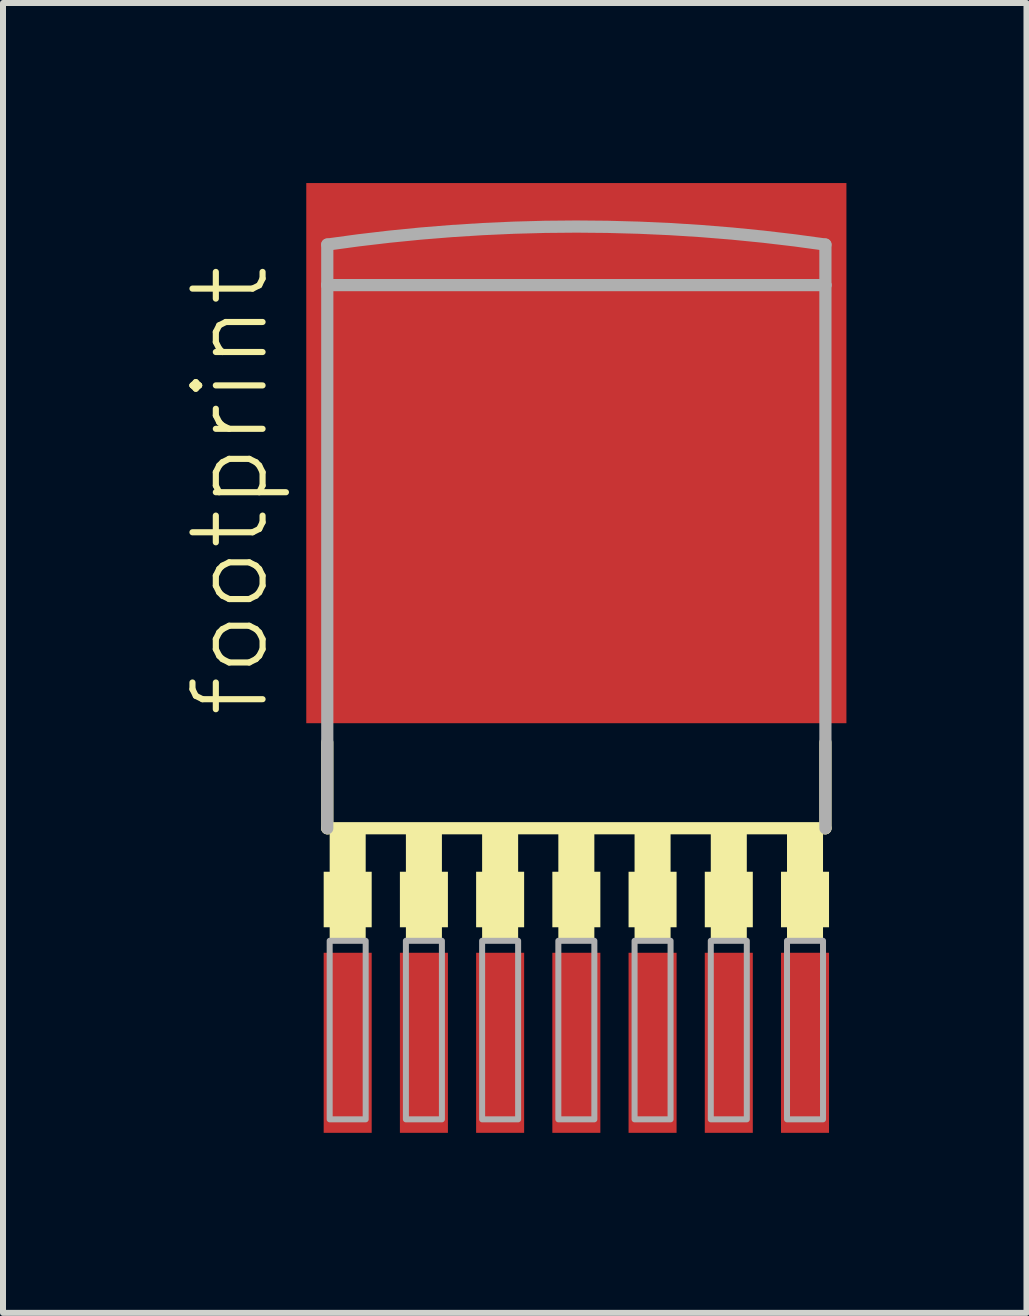
<source format=kicad_pcb>
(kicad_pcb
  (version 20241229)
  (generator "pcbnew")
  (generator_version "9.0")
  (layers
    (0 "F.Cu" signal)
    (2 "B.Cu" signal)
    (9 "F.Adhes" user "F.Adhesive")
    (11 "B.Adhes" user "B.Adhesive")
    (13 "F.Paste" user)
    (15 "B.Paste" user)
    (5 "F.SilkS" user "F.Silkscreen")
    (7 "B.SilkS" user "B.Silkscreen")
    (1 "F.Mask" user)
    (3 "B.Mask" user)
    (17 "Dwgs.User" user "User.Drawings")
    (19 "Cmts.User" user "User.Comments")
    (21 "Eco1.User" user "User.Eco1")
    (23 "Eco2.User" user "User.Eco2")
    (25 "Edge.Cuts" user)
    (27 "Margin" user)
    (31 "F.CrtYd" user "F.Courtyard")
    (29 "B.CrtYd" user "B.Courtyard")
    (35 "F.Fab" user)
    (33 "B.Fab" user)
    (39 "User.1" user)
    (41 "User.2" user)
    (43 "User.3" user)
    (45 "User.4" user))
  (footprint "footprint"
    (layer "F.Cu")
    (at 6.553 10.85)
    (property "Reference" "footprint" (at -5.08 -1.905 90) (layer "F.SilkS") (effects (font (size 1.168 1.168) (thickness 0.102)) (justify left bottom)))
    (fp_line (start -4.15 -1.53) (end -4.15 -0.1) (stroke (width 0.203) (type solid)) (layer "F.SilkS"))
    (fp_line (start -4.15 -0.1) (end 4.15 -0.1) (stroke (width 0.203) (type solid)) (layer "F.SilkS"))
    (fp_line (start 4.15 -0.1) (end 4.15 -1.53) (stroke (width 0.203) (type solid)) (layer "F.SilkS"))
    (fp_poly (pts (xy -4.21 1.55) (xy -3.41 1.55) (xy -3.41 0.625) (xy -4.21 0.625)) (stroke (width 0) (type solid)) (fill yes) (layer "F.SilkS"))
    (fp_poly (pts (xy -4.11 1.775) (xy -3.51 1.775) (xy -3.51 -0.05) (xy -4.11 -0.05)) (stroke (width 0) (type solid)) (fill yes) (layer "F.SilkS"))
    (fp_poly (pts (xy -2.94 1.55) (xy -2.14 1.55) (xy -2.14 0.625) (xy -2.94 0.625)) (stroke (width 0) (type solid)) (fill yes) (layer "F.SilkS"))
    (fp_poly (pts (xy -2.84 1.775) (xy -2.24 1.775) (xy -2.24 -0.05) (xy -2.84 -0.05)) (stroke (width 0) (type solid)) (fill yes) (layer "F.SilkS"))
    (fp_poly (pts (xy -1.67 1.55) (xy -0.87 1.55) (xy -0.87 0.625) (xy -1.67 0.625)) (stroke (width 0) (type solid)) (fill yes) (layer "F.SilkS"))
    (fp_poly (pts (xy -1.57 1.775) (xy -0.97 1.775) (xy -0.97 -0.05) (xy -1.57 -0.05)) (stroke (width 0) (type solid)) (fill yes) (layer "F.SilkS"))
    (fp_poly (pts (xy -0.4 1.55) (xy 0.4 1.55) (xy 0.4 0.625) (xy -0.4 0.625)) (stroke (width 0) (type solid)) (fill yes) (layer "F.SilkS"))
    (fp_poly (pts (xy -0.3 1.775) (xy 0.3 1.775) (xy 0.3 -0.05) (xy -0.3 -0.05)) (stroke (width 0) (type solid)) (fill yes) (layer "F.SilkS"))
    (fp_poly (pts (xy 0.87 1.55) (xy 1.67 1.55) (xy 1.67 0.625) (xy 0.87 0.625)) (stroke (width 0) (type solid)) (fill yes) (layer "F.SilkS"))
    (fp_poly (pts (xy 0.97 1.775) (xy 1.57 1.775) (xy 1.57 -0.05) (xy 0.97 -0.05)) (stroke (width 0) (type solid)) (fill yes) (layer "F.SilkS"))
    (fp_poly (pts (xy 2.14 1.55) (xy 2.94 1.55) (xy 2.94 0.625) (xy 2.14 0.625)) (stroke (width 0) (type solid)) (fill yes) (layer "F.SilkS"))
    (fp_poly (pts (xy 2.24 1.775) (xy 2.84 1.775) (xy 2.84 -0.05) (xy 2.24 -0.05)) (stroke (width 0) (type solid)) (fill yes) (layer "F.SilkS"))
    (fp_poly (pts (xy 3.41 1.55) (xy 4.21 1.55) (xy 4.21 0.625) (xy 3.41 0.625)) (stroke (width 0) (type solid)) (fill yes) (layer "F.SilkS"))
    (fp_poly (pts (xy 3.51 1.775) (xy 4.11 1.775) (xy 4.11 -0.05) (xy 3.51 -0.05)) (stroke (width 0) (type solid)) (fill yes) (layer "F.SilkS"))
    (fp_line (start -4.15 -9.15) (end -4.15 -9.825) (stroke (width 0.203) (type solid)) (layer "F.Fab"))
    (fp_line (start -4.15 -9.15) (end -4.15 -0.1) (stroke (width 0.203) (type solid)) (layer "F.Fab"))
    (fp_line (start 4.15 -9.825) (end 4.15 -9.15) (stroke (width 0.203) (type solid)) (layer "F.Fab"))
    (fp_line (start 4.15 -9.15) (end -4.15 -9.15) (stroke (width 0.203) (type solid)) (layer "F.Fab"))
    (fp_line (start 4.15 -0.1) (end 4.15 -9.15) (stroke (width 0.203) (type solid)) (layer "F.Fab"))
    (fp_arc (start -4.15 -9.825) (mid 0 -10.125) (end 4.15 -9.825) (stroke (width 0.2032) (type solid)) (layer "F.Fab"))
    (fp_poly (pts (xy -4.11 4.75) (xy -3.51 4.75) (xy -3.51 1.775) (xy -4.11 1.775)) (stroke (width 0.1) (type solid)) (fill no) (layer "F.Fab"))
    (fp_poly (pts (xy -2.84 4.75) (xy -2.24 4.75) (xy -2.24 1.775) (xy -2.84 1.775)) (stroke (width 0.1) (type solid)) (fill no) (layer "F.Fab"))
    (fp_poly (pts (xy -1.57 4.75) (xy -0.97 4.75) (xy -0.97 1.775) (xy -1.57 1.775)) (stroke (width 0.1) (type solid)) (fill no) (layer "F.Fab"))
    (fp_poly (pts (xy -0.3 4.75) (xy 0.3 4.75) (xy 0.3 1.775) (xy -0.3 1.775)) (stroke (width 0.1) (type solid)) (fill no) (layer "F.Fab"))
    (fp_poly (pts (xy 0.97 4.75) (xy 1.57 4.75) (xy 1.57 1.775) (xy 0.97 1.775)) (stroke (width 0.1) (type solid)) (fill no) (layer "F.Fab"))
    (fp_poly (pts (xy 2.24 4.75) (xy 2.84 4.75) (xy 2.84 1.775) (xy 2.24 1.775)) (stroke (width 0.1) (type solid)) (fill no) (layer "F.Fab"))
    (fp_poly (pts (xy 3.51 4.75) (xy 4.11 4.75) (xy 4.11 1.775) (xy 3.51 1.775)) (stroke (width 0.1) (type solid)) (fill no) (layer "F.Fab"))
    (pad "1" smd rect (at -3.81 3.475) (size 0.8 3) (layers "F.Cu" "F.Mask" "F.Paste"))
    (pad "2" smd rect (at -2.54 3.475) (size 0.8 3) (layers "F.Cu" "F.Mask" "F.Paste"))
    (pad "3" smd rect (at -1.27 3.475) (size 0.8 3) (layers "F.Cu" "F.Mask" "F.Paste"))
    (pad "4" smd rect (at 0 3.475) (size 0.8 3) (layers "F.Cu" "F.Mask" "F.Paste"))
    (pad "5" smd rect (at 1.27 3.475) (size 0.8 3) (layers "F.Cu" "F.Mask" "F.Paste"))
    (pad "6" smd rect (at 2.54 3.475) (size 0.8 3) (layers "F.Cu" "F.Mask" "F.Paste"))
    (pad "7" smd rect (at 3.81 3.475) (size 0.8 3) (layers "F.Cu" "F.Mask" "F.Paste"))
    (pad "TH" smd rect (at 0 -6.35) (size 9 9) (layers "F.Cu" "F.Mask" "F.Paste")))
  (gr_rect
    (start -3 -3)
    (end 14.053 18.825)
    (stroke (width 0.1) (type default))
    (fill no)
    (layer "Edge.Cuts")))
</source>
